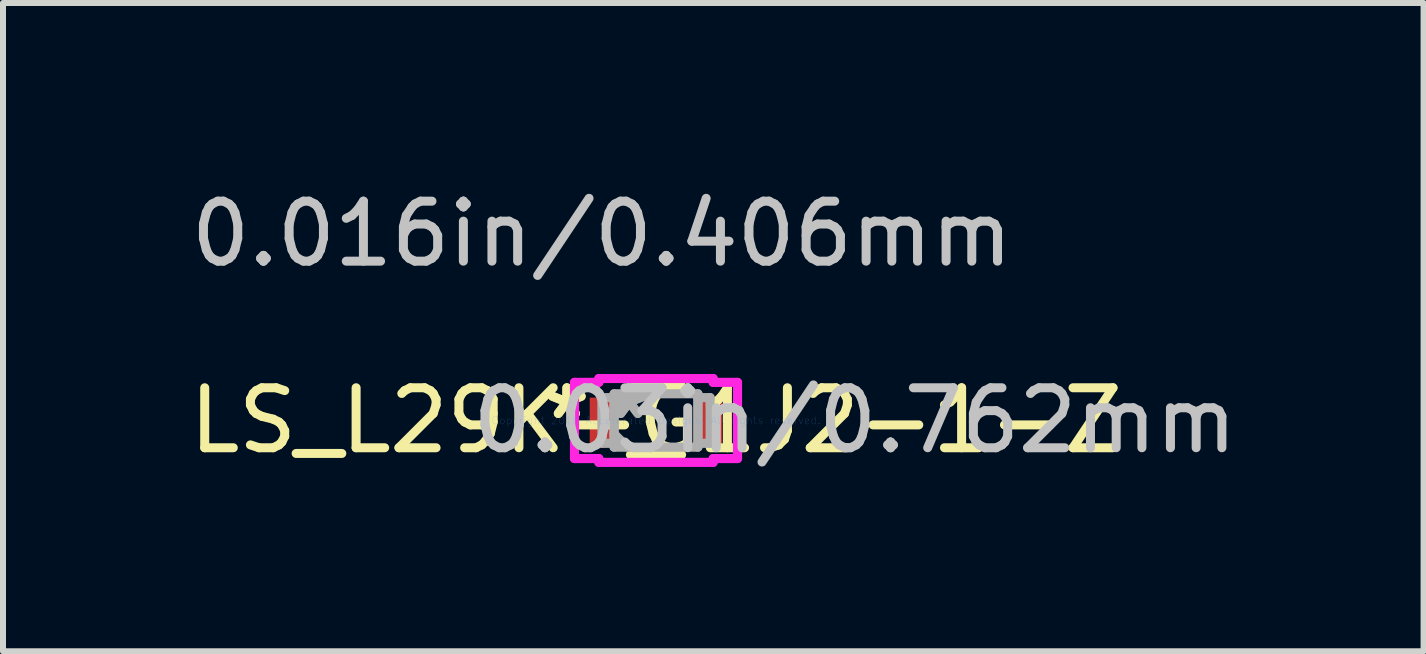
<source format=kicad_pcb>
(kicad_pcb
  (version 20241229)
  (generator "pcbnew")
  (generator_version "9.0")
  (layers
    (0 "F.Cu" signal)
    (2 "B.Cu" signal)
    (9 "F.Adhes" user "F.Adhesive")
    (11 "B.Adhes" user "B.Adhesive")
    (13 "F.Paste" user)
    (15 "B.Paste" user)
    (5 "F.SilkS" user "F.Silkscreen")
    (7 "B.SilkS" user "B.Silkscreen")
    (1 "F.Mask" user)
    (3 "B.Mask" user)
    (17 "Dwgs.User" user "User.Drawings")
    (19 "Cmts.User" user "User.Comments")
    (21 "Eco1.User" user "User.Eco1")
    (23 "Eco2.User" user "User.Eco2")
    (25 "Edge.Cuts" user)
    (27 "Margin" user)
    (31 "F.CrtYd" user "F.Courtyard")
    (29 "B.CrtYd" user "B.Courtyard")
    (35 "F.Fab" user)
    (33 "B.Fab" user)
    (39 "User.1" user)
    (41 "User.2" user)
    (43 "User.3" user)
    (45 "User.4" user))
  (footprint "LS_L29K-G1J2-1-Z"
    (layer "F.Cu")
    (at 7.887 3.96)
    (property "Reference" "LS_L29K-G1J2-1-Z" (at 0 0 0) (layer "F.SilkS") (effects (font (size 1 1) (thickness 0.15))))
    (attr through_hole)
    (fp_line (start -0.426 0.572) (end 0.426 0.572) (stroke (width 0.152) (type solid)) (layer "F.SilkS"))
    (fp_line (start 0.426 -0.572) (end -0.426 -0.572) (stroke (width 0.152) (type solid)) (layer "F.SilkS"))
    (fp_line (start -1.359 -0.635) (end -0.953 -0.635) (stroke (width 0.152) (type solid)) (layer "F.CrtYd"))
    (fp_line (start -1.359 0.635) (end -1.359 -0.635) (stroke (width 0.152) (type solid)) (layer "F.CrtYd"))
    (fp_line (start -0.953 -0.699) (end 0.953 -0.699) (stroke (width 0.152) (type solid)) (layer "F.CrtYd"))
    (fp_line (start -0.953 -0.635) (end -0.953 -0.699) (stroke (width 0.152) (type solid)) (layer "F.CrtYd"))
    (fp_line (start -0.953 0.635) (end -1.359 0.635) (stroke (width 0.152) (type solid)) (layer "F.CrtYd"))
    (fp_line (start -0.953 0.699) (end -0.953 0.635) (stroke (width 0.152) (type solid)) (layer "F.CrtYd"))
    (fp_line (start 0.953 -0.699) (end 0.953 -0.635) (stroke (width 0.152) (type solid)) (layer "F.CrtYd"))
    (fp_line (start 0.953 -0.635) (end 1.359 -0.635) (stroke (width 0.152) (type solid)) (layer "F.CrtYd"))
    (fp_line (start 0.953 0.635) (end 0.953 0.699) (stroke (width 0.152) (type solid)) (layer "F.CrtYd"))
    (fp_line (start 0.953 0.699) (end -0.953 0.699) (stroke (width 0.152) (type solid)) (layer "F.CrtYd"))
    (fp_line (start 1.359 -0.635) (end 1.359 0.635) (stroke (width 0.152) (type solid)) (layer "F.CrtYd"))
    (fp_line (start 1.359 0.635) (end 0.953 0.635) (stroke (width 0.152) (type solid)) (layer "F.CrtYd"))
    (fp_line (start -0.902 -0.381) (end -0.902 0.381) (stroke (width 0.152) (type solid)) (layer "F.Fab"))
    (fp_line (start -0.902 0.381) (end -0.699 0.381) (stroke (width 0.152) (type solid)) (layer "F.Fab"))
    (fp_line (start -0.699 -0.445) (end -0.699 0.445) (stroke (width 0.152) (type solid)) (layer "F.Fab"))
    (fp_line (start -0.699 -0.381) (end -0.902 -0.381) (stroke (width 0.152) (type solid)) (layer "F.Fab"))
    (fp_line (start -0.699 -0.222) (end -0.476 -0.445) (stroke (width 0.152) (type solid)) (layer "F.Fab"))
    (fp_line (start -0.699 0.222) (end -0.476 0.445) (stroke (width 0.152) (type solid)) (layer "F.Fab"))
    (fp_line (start -0.699 0.381) (end -0.699 -0.381) (stroke (width 0.152) (type solid)) (layer "F.Fab"))
    (fp_line (start -0.699 0.445) (end 0.699 0.445) (stroke (width 0.152) (type solid)) (layer "F.Fab"))
    (fp_line (start 0.699 -0.445) (end -0.699 -0.445) (stroke (width 0.152) (type solid)) (layer "F.Fab"))
    (fp_line (start 0.699 -0.381) (end 0.699 0.381) (stroke (width 0.152) (type solid)) (layer "F.Fab"))
    (fp_line (start 0.699 0.381) (end 0.902 0.381) (stroke (width 0.152) (type solid)) (layer "F.Fab"))
    (fp_line (start 0.699 0.445) (end 0.699 -0.445) (stroke (width 0.152) (type solid)) (layer "F.Fab"))
    (fp_line (start 0.902 -0.381) (end 0.699 -0.381) (stroke (width 0.152) (type solid)) (layer "F.Fab"))
    (fp_line (start 0.902 0.381) (end 0.902 -0.381) (stroke (width 0.152) (type solid)) (layer "F.Fab"))
    (fp_text user "*" (at -1.486 0 0) (layer "F.SilkS") (effects (font (size 1 1) (thickness 0.15))))
    (fp_text user "*" (at -1.486 0 0) (layer "F.SilkS") (effects (font (size 1 1) (thickness 0.15))))
    (fp_text user "0.016in/0.406mm" (at -0.902 -3.111 0) (layer "Dwgs.User") (effects (font (size 1 1) (thickness 0.15))))
    (fp_text user "0.03in/0.762mm" (at 3.315 0 0) (layer "Dwgs.User") (effects (font (size 1 1) (thickness 0.15))))
    (fp_text user "Copyright 2016 Accelerated Designs. All rights reserved." (at 0 0 0) (layer "Cmts.User") (effects (font (size 0.127 0.127) (thickness 0.002))))
    (fp_text user "*" (at -0.445 0 0) (layer "F.Fab") (effects (font (size 1 1) (thickness 0.15))))
    (fp_text user "*" (at -0.445 0 0) (layer "F.Fab") (effects (font (size 1 1) (thickness 0.15))))
    (pad "1" smd rect (at -0.902 0) (size 0.406 0.762) (layers "F.Cu" "F.Mask" "F.Paste"))
    (pad "2" smd rect (at 0.902 0) (size 0.406 0.762) (layers "F.Cu" "F.Mask" "F.Paste")))
  (gr_rect
    (start -3 -3)
    (end 20.684 7.808)
    (stroke (width 0.1) (type default))
    (fill no)
    (layer "Edge.Cuts")))
</source>
